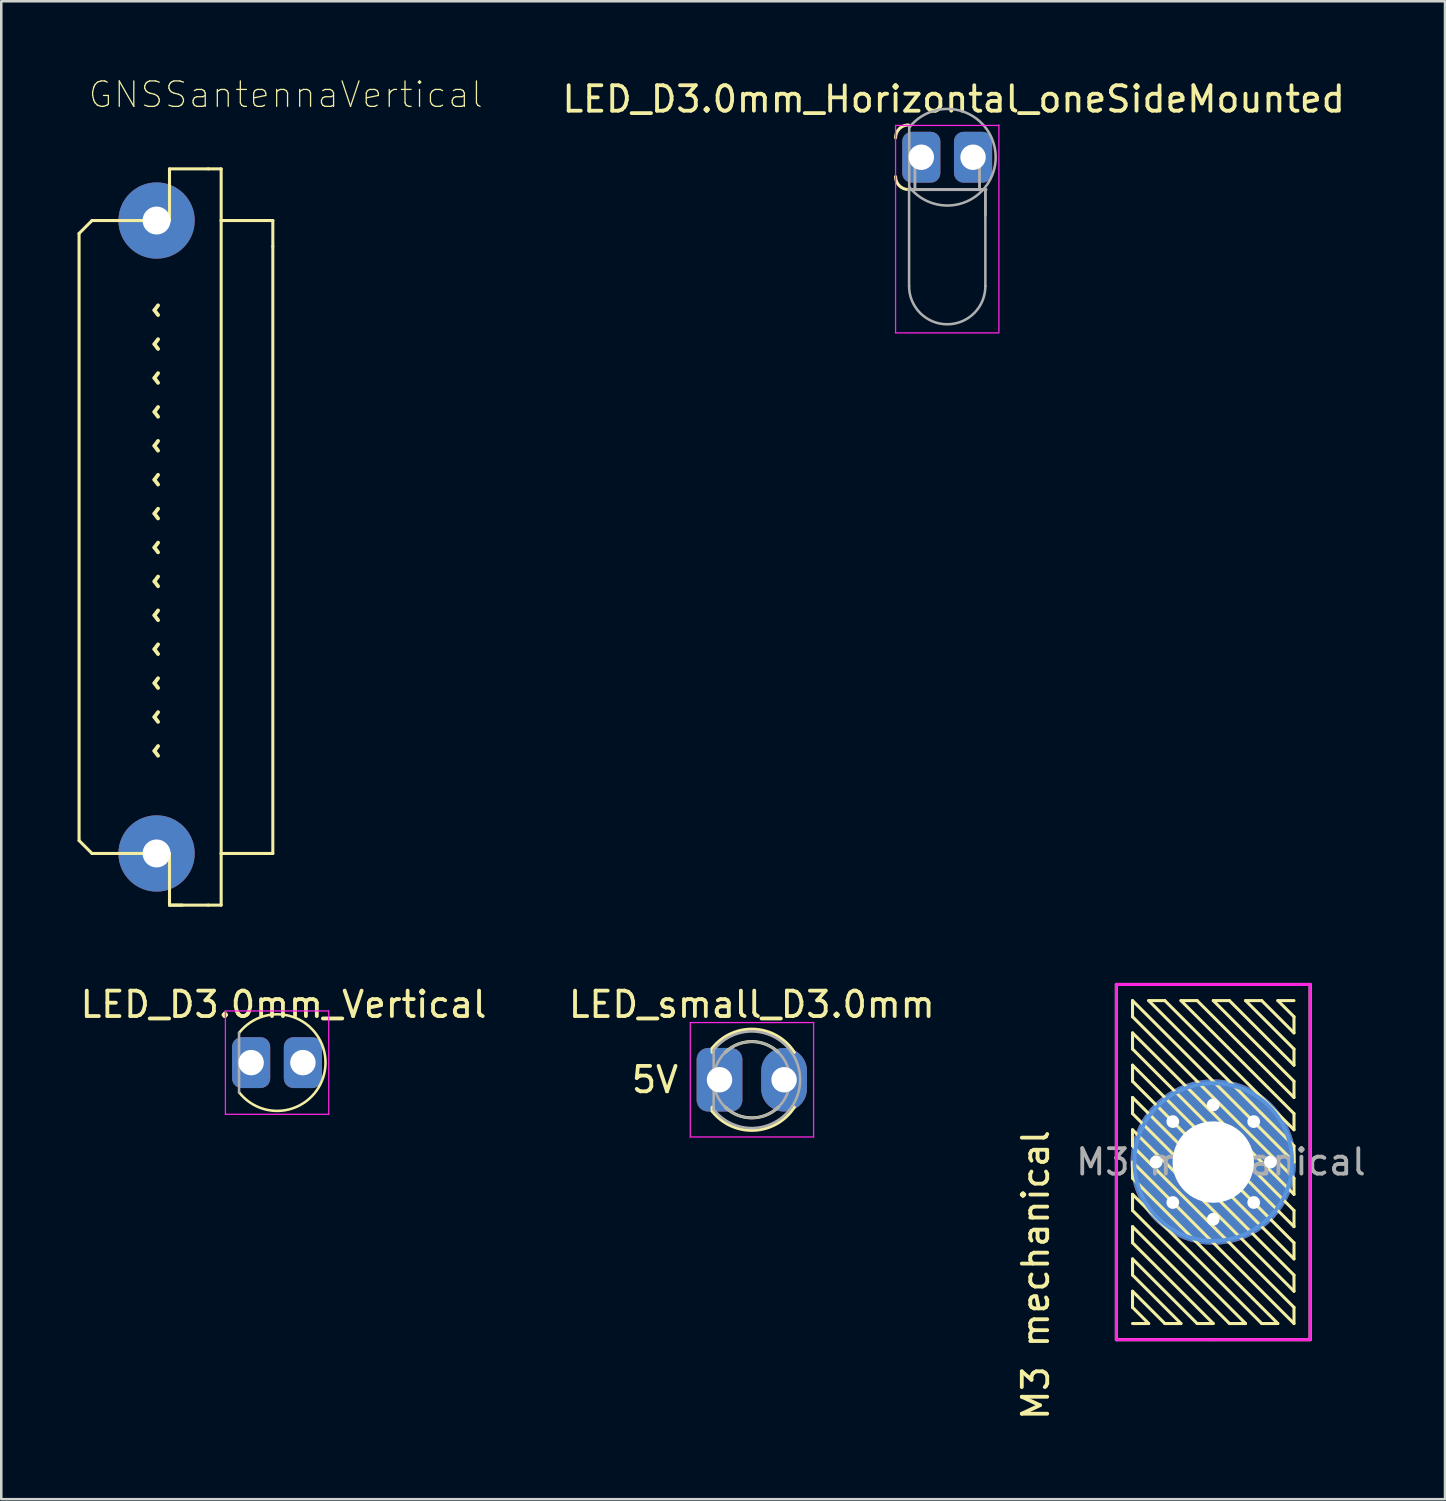
<source format=kicad_pcb>
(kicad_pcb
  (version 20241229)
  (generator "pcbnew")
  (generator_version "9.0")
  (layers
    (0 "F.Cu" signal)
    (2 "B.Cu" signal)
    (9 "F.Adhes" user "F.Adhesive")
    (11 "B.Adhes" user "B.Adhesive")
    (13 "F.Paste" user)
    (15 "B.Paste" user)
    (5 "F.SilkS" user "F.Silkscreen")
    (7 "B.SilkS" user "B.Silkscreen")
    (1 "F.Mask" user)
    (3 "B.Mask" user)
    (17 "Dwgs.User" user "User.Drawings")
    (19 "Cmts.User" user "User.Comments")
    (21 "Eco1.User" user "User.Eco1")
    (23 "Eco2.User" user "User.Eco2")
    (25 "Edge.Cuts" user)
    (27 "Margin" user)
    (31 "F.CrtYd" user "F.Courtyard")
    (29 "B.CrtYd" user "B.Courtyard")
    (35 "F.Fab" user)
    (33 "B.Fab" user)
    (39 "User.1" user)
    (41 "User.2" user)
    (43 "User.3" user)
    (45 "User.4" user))
  (footprint "GNSSantennaVertical"
    (layer "F.Cu")
    (at 3.108 5.624)
    (property "Reference" "GNSSantennaVertical" (at 5.08 -4.951 0) (layer "F.SilkS") (effects (font (size 1 1) (thickness 0.05))))
    (attr through_hole)
    (fp_line (start -3.048 0.508) (end -3.048 24.384) (stroke (width 0.12) (type solid)) (layer "F.SilkS"))
    (fp_line (start -2.54 0) (end -3.048 0.508) (stroke (width 0.12) (type solid)) (layer "F.SilkS"))
    (fp_line (start -2.54 24.892) (end -3.048 24.384) (stroke (width 0.12) (type solid)) (layer "F.SilkS"))
    (fp_line (start -1.016 0) (end -2.54 0) (stroke (width 0.12) (type solid)) (layer "F.SilkS"))
    (fp_line (start -1.016 0) (end 0.508 0) (stroke (width 0.12) (type solid)) (layer "F.SilkS"))
    (fp_line (start -1.016 24.892) (end -2.54 24.892) (stroke (width 0.12) (type solid)) (layer "F.SilkS"))
    (fp_line (start -1.016 24.892) (end 0.508 24.892) (stroke (width 0.12) (type solid)) (layer "F.SilkS"))
    (fp_line (start 0.508 -2.032) (end 2.032 -2.032) (stroke (width 0.12) (type solid)) (layer "F.SilkS"))
    (fp_line (start 0.508 0) (end 0.508 -2.032) (stroke (width 0.12) (type solid)) (layer "F.SilkS"))
    (fp_line (start 0.508 26.924) (end 0.508 24.892) (stroke (width 0.12) (type solid)) (layer "F.SilkS"))
    (fp_line (start 0.508 26.924) (end 1.016 26.924) (stroke (width 0.12) (type solid)) (layer "F.SilkS"))
    (fp_line (start 2.032 -2.032) (end 2.54 -2.032) (stroke (width 0.12) (type solid)) (layer "F.SilkS"))
    (fp_line (start 2.032 26.924) (end 0.508 26.924) (stroke (width 0.12) (type solid)) (layer "F.SilkS"))
    (fp_line (start 2.54 0) (end 2.54 -2.032) (stroke (width 0.12) (type solid)) (layer "F.SilkS"))
    (fp_line (start 2.54 24.892) (end 2.54 0) (stroke (width 0.12) (type solid)) (layer "F.SilkS"))
    (fp_line (start 2.54 24.892) (end 2.54 26.924) (stroke (width 0.12) (type solid)) (layer "F.SilkS"))
    (fp_line (start 2.54 26.924) (end 2.032 26.924) (stroke (width 0.12) (type solid)) (layer "F.SilkS"))
    (fp_line (start 4.572 0) (end 2.54 0) (stroke (width 0.12) (type solid)) (layer "F.SilkS"))
    (fp_line (start 4.572 1.016) (end 4.572 0) (stroke (width 0.12) (type solid)) (layer "F.SilkS"))
    (fp_line (start 4.572 1.016) (end 4.572 24.892) (stroke (width 0.12) (type solid)) (layer "F.SilkS"))
    (fp_line (start 4.572 24.892) (end 2.54 24.892) (stroke (width 0.12) (type solid)) (layer "F.SilkS"))
    (fp_text user "^ ^ ^ ^ ^ ^ ^ ^ ^ ^ ^ ^ ^ ^" (at 0.508 12.192 90) (layer "F.SilkS") (effects (font (size 1 1) (thickness 0.15))))
    (pad "1" thru_hole oval (at 0 0) (size 3 3) (drill 1.1) (layers "*.Cu" "*.Mask"))
    (pad "1" thru_hole oval (at 0 24.892) (size 3 3) (drill 1.1) (layers "*.Cu" "*.Mask")))
  (footprint "LED_D3.0mm_Horizontal_oneSideMounted"
    (layer "F.Cu")
    (at 32.934 3.134)
    (property "Reference" "LED_D3.0mm_Horizontal_oneSideMounted" (at 1.524 -2.286 0) (layer "F.SilkS") (effects (font (size 1 1) (thickness 0.15))))
    (attr through_hole)
    (fp_arc (start -0.762 -0.762) (mid -0.61321 -1.12121) (end -0.254 -1.27) (stroke (width 0.12) (type solid)) (layer "F.SilkS"))
    (fp_arc (start -0.254 1.27) (mid -0.61321 1.12121) (end -0.762 0.762) (stroke (width 0.12) (type solid)) (layer "F.SilkS"))
    (fp_line (start -0.762 -1.25) (end -0.762 6.9) (stroke (width 0.05) (type solid)) (layer "F.CrtYd"))
    (fp_line (start -0.762 -1.25) (end 3.302 -1.25) (stroke (width 0.05) (type solid)) (layer "F.CrtYd"))
    (fp_line (start -0.762 6.909) (end 3.302 6.909) (stroke (width 0.05) (type solid)) (layer "F.CrtYd"))
    (fp_line (start 3.302 6.88) (end 3.302 -1.27) (stroke (width 0.05) (type solid)) (layer "F.CrtYd"))
    (fp_line (start -0.254 1.27) (end 2.794 1.27) (stroke (width 0.12) (type solid)) (layer "F.Fab"))
    (fp_line (start -0.23 1.27) (end -0.23 5.07) (stroke (width 0.1) (type solid)) (layer "F.Fab"))
    (fp_line (start -0.225 -1.167) (end -0.225 1.166) (stroke (width 0.1) (type solid)) (layer "F.Fab"))
    (fp_line (start 0 0) (end 0 0) (stroke (width 0.1) (type solid)) (layer "F.Fab"))
    (fp_line (start 0 0) (end 0 1.27) (stroke (width 0.1) (type solid)) (layer "F.Fab"))
    (fp_line (start 0 1.27) (end 0 0) (stroke (width 0.1) (type solid)) (layer "F.Fab"))
    (fp_line (start 0 1.27) (end 0 1.27) (stroke (width 0.1) (type solid)) (layer "F.Fab"))
    (fp_line (start 2.54 0) (end 2.54 0) (stroke (width 0.1) (type solid)) (layer "F.Fab"))
    (fp_line (start 2.54 0) (end 2.54 1.27) (stroke (width 0.1) (type solid)) (layer "F.Fab"))
    (fp_line (start 2.54 1.27) (end 2.54 0) (stroke (width 0.1) (type solid)) (layer "F.Fab"))
    (fp_line (start 2.54 1.27) (end 2.54 1.27) (stroke (width 0.1) (type solid)) (layer "F.Fab"))
    (fp_line (start 2.77 1.27) (end 2.77 5.07) (stroke (width 0.1) (type solid)) (layer "F.Fab"))
    (fp_line (start 2.77 2.27) (end 2.77 1.27) (stroke (width 0.1) (type solid)) (layer "F.Fab"))
    (fp_arc (start -0.225 -1.166642) (mid 3.175 0) (end -0.225555 1.165024) (stroke (width 0.1) (type solid)) (layer "F.Fab"))
    (fp_arc (start 2.77 5.07) (mid 1.27 6.57) (end -0.23 5.07) (stroke (width 0.1) (type solid)) (layer "F.Fab"))
    (pad "1" thru_hole roundrect (at 0.25 0) (size 1.5 2) (drill 1) (layers "*.Cu" "*.Mask") (roundrect_rratio 0.25))
    (pad "2" thru_hole roundrect (at 2.286 0 180) (size 1.5 2) (drill 1) (layers "*.Cu" "*.Mask") (roundrect_rratio 0.25)))
  (footprint "M3 mechanical"
    (layer "F.Cu")
    (at 44.667 42.653)
    (property "Reference" "M3 mechanical" (at -6.985 4.445 90) (layer "F.SilkS") (effects (font (size 1 1) (thickness 0.15))))
    (attr through_hole)
    (fp_line (start -3.81 -6.985) (end -3.81 6.985) (stroke (width 0.12) (type solid)) (layer "F.SilkS"))
    (fp_line (start -3.81 -6.985) (end 0 -6.985) (stroke (width 0.12) (type solid)) (layer "F.SilkS"))
    (fp_line (start -3.81 6.985) (end 0 6.985) (stroke (width 0.12) (type solid)) (layer "F.SilkS"))
    (fp_line (start -3.175 -6.35) (end -3.175 -5.715) (stroke (width 0.12) (type solid)) (layer "F.SilkS"))
    (fp_line (start -3.175 -5.715) (end 3.175 0.635) (stroke (width 0.12) (type solid)) (layer "F.SilkS"))
    (fp_line (start -3.175 -5.08) (end -3.175 -4.445) (stroke (width 0.12) (type solid)) (layer "F.SilkS"))
    (fp_line (start -3.175 -4.445) (end 3.175 1.905) (stroke (width 0.12) (type solid)) (layer "F.SilkS"))
    (fp_line (start -3.175 -3.81) (end -3.175 -3.175) (stroke (width 0.12) (type solid)) (layer "F.SilkS"))
    (fp_line (start -3.175 -3.175) (end 3.175 3.175) (stroke (width 0.12) (type solid)) (layer "F.SilkS"))
    (fp_line (start -3.175 -2.54) (end -3.175 -1.905) (stroke (width 0.12) (type solid)) (layer "F.SilkS"))
    (fp_line (start -3.175 -1.905) (end 3.175 4.445) (stroke (width 0.12) (type solid)) (layer "F.SilkS"))
    (fp_line (start -3.175 -1.27) (end -3.175 -0.635) (stroke (width 0.12) (type solid)) (layer "F.SilkS"))
    (fp_line (start -3.175 -0.635) (end 3.175 5.715) (stroke (width 0.12) (type solid)) (layer "F.SilkS"))
    (fp_line (start -3.175 0) (end -3.175 0.635) (stroke (width 0.12) (type solid)) (layer "F.SilkS"))
    (fp_line (start -3.175 0.635) (end 2.54 6.35) (stroke (width 0.12) (type solid)) (layer "F.SilkS"))
    (fp_line (start -3.175 1.27) (end -3.175 1.905) (stroke (width 0.12) (type solid)) (layer "F.SilkS"))
    (fp_line (start -3.175 1.905) (end 1.27 6.35) (stroke (width 0.12) (type solid)) (layer "F.SilkS"))
    (fp_line (start -3.175 2.54) (end -3.175 3.175) (stroke (width 0.12) (type solid)) (layer "F.SilkS"))
    (fp_line (start -3.175 3.175) (end 0 6.35) (stroke (width 0.12) (type solid)) (layer "F.SilkS"))
    (fp_line (start -3.175 3.81) (end -3.175 4.445) (stroke (width 0.12) (type solid)) (layer "F.SilkS"))
    (fp_line (start -3.175 4.445) (end -1.27 6.35) (stroke (width 0.12) (type solid)) (layer "F.SilkS"))
    (fp_line (start -3.175 5.08) (end -3.175 5.715) (stroke (width 0.12) (type solid)) (layer "F.SilkS"))
    (fp_line (start -3.175 5.715) (end -2.54 6.35) (stroke (width 0.12) (type solid)) (layer "F.SilkS"))
    (fp_line (start -2.54 -6.35) (end 3.175 -0.635) (stroke (width 0.12) (type solid)) (layer "F.SilkS"))
    (fp_line (start -2.54 6.35) (end -3.175 6.35) (stroke (width 0.12) (type solid)) (layer "F.SilkS"))
    (fp_line (start -1.905 -6.35) (end -2.54 -6.35) (stroke (width 0.12) (type solid)) (layer "F.SilkS"))
    (fp_line (start -1.905 6.35) (end -3.175 5.08) (stroke (width 0.12) (type solid)) (layer "F.SilkS"))
    (fp_line (start -1.27 -6.35) (end 3.175 -1.905) (stroke (width 0.12) (type solid)) (layer "F.SilkS"))
    (fp_line (start -1.27 6.35) (end -1.905 6.35) (stroke (width 0.12) (type solid)) (layer "F.SilkS"))
    (fp_line (start -0.635 -6.35) (end -1.27 -6.35) (stroke (width 0.12) (type solid)) (layer "F.SilkS"))
    (fp_line (start -0.635 6.35) (end -3.175 3.81) (stroke (width 0.12) (type solid)) (layer "F.SilkS"))
    (fp_line (start 0 -6.985) (end 3.81 -6.985) (stroke (width 0.12) (type solid)) (layer "F.SilkS"))
    (fp_line (start 0 -6.35) (end 3.175 -3.175) (stroke (width 0.12) (type solid)) (layer "F.SilkS"))
    (fp_line (start 0 6.35) (end -0.635 6.35) (stroke (width 0.12) (type solid)) (layer "F.SilkS"))
    (fp_line (start 0 6.985) (end 3.81 6.985) (stroke (width 0.12) (type solid)) (layer "F.SilkS"))
    (fp_line (start 0.635 -6.35) (end 0 -6.35) (stroke (width 0.12) (type solid)) (layer "F.SilkS"))
    (fp_line (start 0.635 6.35) (end -3.175 2.54) (stroke (width 0.12) (type solid)) (layer "F.SilkS"))
    (fp_line (start 1.27 -6.35) (end 3.175 -4.445) (stroke (width 0.12) (type solid)) (layer "F.SilkS"))
    (fp_line (start 1.27 6.35) (end 0.635 6.35) (stroke (width 0.12) (type solid)) (layer "F.SilkS"))
    (fp_line (start 1.905 -6.35) (end 1.27 -6.35) (stroke (width 0.12) (type solid)) (layer "F.SilkS"))
    (fp_line (start 1.905 6.35) (end -3.175 1.27) (stroke (width 0.12) (type solid)) (layer "F.SilkS"))
    (fp_line (start 2.54 -6.35) (end 3.175 -5.715) (stroke (width 0.12) (type solid)) (layer "F.SilkS"))
    (fp_line (start 2.54 6.35) (end 1.905 6.35) (stroke (width 0.12) (type solid)) (layer "F.SilkS"))
    (fp_line (start 3.175 -6.35) (end 2.54 -6.35) (stroke (width 0.12) (type solid)) (layer "F.SilkS"))
    (fp_line (start 3.175 -5.715) (end 3.175 -5.08) (stroke (width 0.12) (type solid)) (layer "F.SilkS"))
    (fp_line (start 3.175 -5.08) (end 1.905 -6.35) (stroke (width 0.12) (type solid)) (layer "F.SilkS"))
    (fp_line (start 3.175 -4.445) (end 3.175 -3.81) (stroke (width 0.12) (type solid)) (layer "F.SilkS"))
    (fp_line (start 3.175 -3.81) (end 0.635 -6.35) (stroke (width 0.12) (type solid)) (layer "F.SilkS"))
    (fp_line (start 3.175 -3.175) (end 3.175 -2.54) (stroke (width 0.12) (type solid)) (layer "F.SilkS"))
    (fp_line (start 3.175 -2.54) (end -0.635 -6.35) (stroke (width 0.12) (type solid)) (layer "F.SilkS"))
    (fp_line (start 3.175 -1.905) (end 3.175 -1.27) (stroke (width 0.12) (type solid)) (layer "F.SilkS"))
    (fp_line (start 3.175 -1.27) (end -1.905 -6.35) (stroke (width 0.12) (type solid)) (layer "F.SilkS"))
    (fp_line (start 3.175 -0.635) (end 3.175 0) (stroke (width 0.12) (type solid)) (layer "F.SilkS"))
    (fp_line (start 3.175 0) (end -3.175 -6.35) (stroke (width 0.12) (type solid)) (layer "F.SilkS"))
    (fp_line (start 3.175 0.635) (end 3.175 1.27) (stroke (width 0.12) (type solid)) (layer "F.SilkS"))
    (fp_line (start 3.175 1.27) (end -3.175 -5.08) (stroke (width 0.12) (type solid)) (layer "F.SilkS"))
    (fp_line (start 3.175 1.905) (end 3.175 2.54) (stroke (width 0.12) (type solid)) (layer "F.SilkS"))
    (fp_line (start 3.175 2.54) (end -3.175 -3.81) (stroke (width 0.12) (type solid)) (layer "F.SilkS"))
    (fp_line (start 3.175 3.175) (end 3.175 3.81) (stroke (width 0.12) (type solid)) (layer "F.SilkS"))
    (fp_line (start 3.175 3.81) (end -3.175 -2.54) (stroke (width 0.12) (type solid)) (layer "F.SilkS"))
    (fp_line (start 3.175 4.445) (end 3.175 5.08) (stroke (width 0.12) (type solid)) (layer "F.SilkS"))
    (fp_line (start 3.175 5.08) (end -3.175 -1.27) (stroke (width 0.12) (type solid)) (layer "F.SilkS"))
    (fp_line (start 3.175 5.715) (end 3.175 6.35) (stroke (width 0.12) (type solid)) (layer "F.SilkS"))
    (fp_line (start 3.175 6.35) (end -3.175 0) (stroke (width 0.12) (type solid)) (layer "F.SilkS"))
    (fp_line (start 3.81 -6.985) (end 3.81 6.985) (stroke (width 0.12) (type solid)) (layer "F.SilkS"))
    (fp_circle (center 0 0) (end 3.1 0) (stroke (width 0.15) (type solid)) (fill no) (layer "Cmts.User"))
    (fp_line (start -3.81 -6.985) (end 3.81 -6.985) (stroke (width 0.12) (type solid)) (layer "F.CrtYd"))
    (fp_line (start -3.81 6.985) (end -3.81 -6.985) (stroke (width 0.12) (type solid)) (layer "F.CrtYd"))
    (fp_line (start 3.81 -6.985) (end 3.81 6.985) (stroke (width 0.12) (type solid)) (layer "F.CrtYd"))
    (fp_line (start 3.81 6.985) (end -3.81 6.985) (stroke (width 0.12) (type solid)) (layer "F.CrtYd"))
    (fp_text user " " (at 0 -2.985 0) (layer "F.Fab") (effects (font (size 1 1) (thickness 0.15))))
    (fp_text user "${REFERENCE}" (at 0.3 0 0) (layer "F.Fab") (effects (font (size 1 1) (thickness 0.15))))
    (pad "" thru_hole circle (at 0 0) (size 6.5 6.5) (drill 3.2) (layers "*.Cu" "*.Mask"))
    (pad "1" thru_hole circle (at -2.25 0) (size 0.8 0.8) (drill 0.5) (layers "*.Cu" "*.Mask"))
    (pad "1" thru_hole circle (at -1.591 -1.591) (size 0.8 0.8) (drill 0.5) (layers "*.Cu" "*.Mask"))
    (pad "1" thru_hole circle (at -1.591 1.591) (size 0.8 0.8) (drill 0.5) (layers "*.Cu" "*.Mask"))
    (pad "1" thru_hole circle (at 0 -2.25) (size 0.8 0.8) (drill 0.5) (layers "*.Cu" "*.Mask"))
    (pad "1" thru_hole circle (at 0 2.25) (size 0.8 0.8) (drill 0.5) (layers "*.Cu" "*.Mask"))
    (pad "1" thru_hole circle (at 1.591 -1.591) (size 0.8 0.8) (drill 0.5) (layers "*.Cu" "*.Mask"))
    (pad "1" thru_hole circle (at 1.591 1.591) (size 0.8 0.8) (drill 0.5) (layers "*.Cu" "*.Mask"))
    (pad "1" thru_hole circle (at 2.25 0) (size 0.8 0.8) (drill 0.5) (layers "*.Cu" "*.Mask")))
  (footprint "LED_small_D3.0mm"
    (layer "F.Cu")
    (at 25.248 39.416)
    (property "Reference" "LED_small_D3.0mm" (at 1.27 -2.96 0) (layer "F.SilkS") (effects (font (size 1 1) (thickness 0.15))))
    (attr through_hole)
    (fp_line (start -0.29 -1.236) (end -0.29 -1.08) (stroke (width 0.12) (type solid)) (layer "F.SilkS"))
    (fp_line (start -0.29 1.08) (end -0.29 1.236) (stroke (width 0.12) (type solid)) (layer "F.SilkS"))
    (fp_arc (start -0.29 -1.235516) (mid 1.366487 -1.987659) (end 2.942335 -1.078608) (stroke (width 0.12) (type solid)) (layer "F.SilkS"))
    (fp_arc (start 0.229039 -1.08) (mid 1.270117 -1.5) (end 2.31113 -1.079837) (stroke (width 0.12) (type solid)) (layer "F.SilkS"))
    (fp_arc (start 2.31113 1.079837) (mid 1.270117 1.5) (end 0.229039 1.08) (stroke (width 0.12) (type solid)) (layer "F.SilkS"))
    (fp_arc (start 2.942335 1.078608) (mid 1.366487 1.987659) (end -0.29 1.235516) (stroke (width 0.12) (type solid)) (layer "F.SilkS"))
    (fp_line (start -1.15 -2.25) (end -1.15 2.25) (stroke (width 0.05) (type solid)) (layer "F.CrtYd"))
    (fp_line (start -1.15 2.25) (end 3.7 2.25) (stroke (width 0.05) (type solid)) (layer "F.CrtYd"))
    (fp_line (start 3.7 -2.25) (end -1.15 -2.25) (stroke (width 0.05) (type solid)) (layer "F.CrtYd"))
    (fp_line (start 3.7 2.25) (end 3.7 -2.25) (stroke (width 0.05) (type solid)) (layer "F.CrtYd"))
    (fp_line (start -0.23 -1.166) (end -0.23 1.166) (stroke (width 0.1) (type solid)) (layer "F.Fab"))
    (fp_arc (start -0.23 -1.16619) (mid 3.17 0.000452) (end -0.230555 1.165476) (stroke (width 0.1) (type solid)) (layer "F.Fab"))
    (fp_circle (center 1.27 0) (end 2.77 0) (stroke (width 0.1) (type solid)) (fill no) (layer "F.Fab"))
    (fp_text user "5V" (at -2.54 0 180) (layer "F.SilkS") (effects (font (size 1 1) (thickness 0.15))))
    (pad "1" thru_hole roundrect (at 0 0) (size 1.8 2.5) (drill 1) (layers "*.Cu" "*.Mask") (roundrect_rratio 0.25))
    (pad "2" thru_hole oval (at 2.54 0) (size 1.8 2.5) (drill 1) (layers "*.Cu" "*.Mask")))
  (footprint "LED_D3.0mm_Vertical"
    (layer "F.Cu")
    (at 6.577 38.742)
    (property "Reference" "LED_D3.0mm_Vertical" (at 1.524 -2.286 0) (layer "F.SilkS") (effects (font (size 1 1) (thickness 0.15))))
    (attr through_hole)
    (fp_arc (start -0.225 -1.166642) (mid 3.175 0) (end -0.225555 1.165024) (stroke (width 0.1) (type solid)) (layer "F.SilkS"))
    (fp_line (start -0.762 -2.032) (end 3.302 -2.032) (stroke (width 0.05) (type solid)) (layer "F.CrtYd"))
    (fp_line (start -0.762 2.032) (end -0.762 -2.032) (stroke (width 0.05) (type solid)) (layer "F.CrtYd"))
    (fp_line (start -0.762 2.032) (end 3.302 2.032) (stroke (width 0.05) (type solid)) (layer "F.CrtYd"))
    (fp_line (start 3.302 2.032) (end 3.302 -2.032) (stroke (width 0.05) (type solid)) (layer "F.CrtYd"))
    (fp_line (start -0.225 -1.167) (end -0.225 1.166) (stroke (width 0.1) (type solid)) (layer "F.Fab"))
    (fp_line (start 0 0) (end 0 0) (stroke (width 0.1) (type solid)) (layer "F.Fab"))
    (fp_line (start 2.54 0) (end 2.54 0) (stroke (width 0.1) (type solid)) (layer "F.Fab"))
    (pad "1" thru_hole roundrect (at 0.25 0) (size 1.5 2) (drill 1) (layers "*.Cu" "*.Mask") (roundrect_rratio 0.25))
    (pad "2" thru_hole roundrect (at 2.286 0 180) (size 1.5 2) (drill 1) (layers "*.Cu" "*.Mask") (roundrect_rratio 0.25)))
  (gr_rect
    (start -3 -3)
    (end 53.782 55.913)
    (stroke (width 0.1) (type default))
    (fill no)
    (layer "Edge.Cuts")))
</source>
